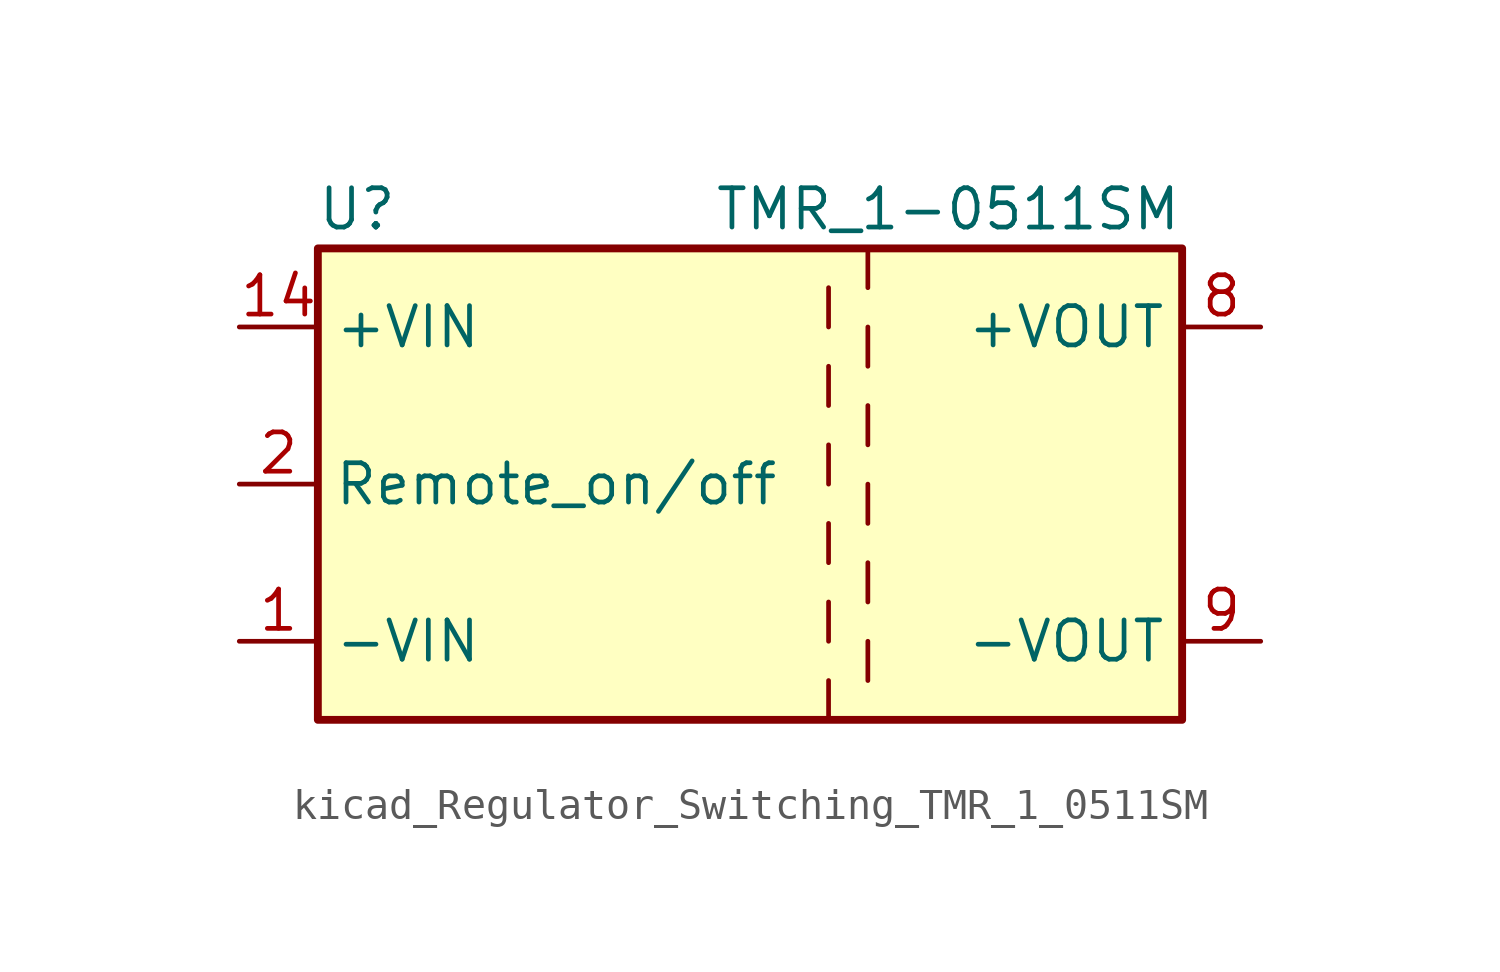
<source format=kicad_sym>
(kicad_symbol_lib
  (version 20220914)
  (generator kicad_symbol_editor)
  (symbol "kicad_Regulator_Switching_TMR_1_0511SM"
    (property "Reference" "U"
      (at -16.51 8.89 0)
      (effects (font (size 1.27 1.27))))
    (property "Value" "TMR_1-0511SM"
      (at 10.16 8.89 0)
      (effects (font (size 1.27 1.27)) (justify right)))
    (symbol "kicad_Regulator_Switching_TMR_1_0511SM_0_1"
      (rectangle (start -17.78 7.62) (end 10.16 -7.62) (stroke (width 0.254) (type default)) (fill (type background)))
      (polyline (pts (xy -1.27 -6.35) (xy -1.27 -7.62)) (stroke (width 0) (type default)) (fill (type none)))
      (polyline (pts (xy -1.27 -3.81) (xy -1.27 -5.08)) (stroke (width 0) (type default)) (fill (type none)))
      (polyline (pts (xy -1.27 -1.27) (xy -1.27 -2.54)) (stroke (width 0) (type default)) (fill (type none)))
      (polyline (pts (xy -1.27 1.27) (xy -1.27 0)) (stroke (width 0) (type default)) (fill (type none)))
      (polyline (pts (xy -1.27 3.81) (xy -1.27 2.54)) (stroke (width 0) (type default)) (fill (type none)))
      (polyline (pts (xy -1.27 6.35) (xy -1.27 5.08)) (stroke (width 0) (type default)) (fill (type none)))
      (polyline (pts (xy 0 -5.08) (xy 0 -6.35)) (stroke (width 0) (type default)) (fill (type none)))
      (polyline (pts (xy 0 -2.54) (xy 0 -3.81)) (stroke (width 0) (type default)) (fill (type none)))
      (polyline (pts (xy 0 0) (xy 0 -1.27)) (stroke (width 0) (type default)) (fill (type none)))
      (polyline (pts (xy 0 2.54) (xy 0 1.27)) (stroke (width 0) (type default)) (fill (type none)))
      (polyline (pts (xy 0 5.08) (xy 0 3.81)) (stroke (width 0) (type default)) (fill (type none)))
      (polyline (pts (xy 0 7.62) (xy 0 6.35)) (stroke (width 0) (type default)) (fill (type none))))
    (symbol "kicad_Regulator_Switching_TMR_1_0511SM_1_1"
      (pin power_in line (at -20.32 -5.08 0) (length 2.54) (name "-VIN" (effects (font (size 1.27 1.27)))) (number "1" (effects (font (size 1.27 1.27)))))
      (pin power_in line (at -20.32 5.08 0) (length 2.54) (name "+VIN" (effects (font (size 1.27 1.27)))) (number "14" (effects (font (size 1.27 1.27)))))
      (pin input line (at -20.32 0 0) (length 2.54) (name "Remote_on/off" (effects (font (size 1.27 1.27)))) (number "2" (effects (font (size 1.27 1.27)))))
      (pin no_connect line (at 10.16 2.54 180) (length 2.54) hide (name "NC" (effects (font (size 1.27 1.27)))) (number "6" (effects (font (size 1.27 1.27)))))
      (pin no_connect line (at 10.16 -2.54 180) (length 2.54) hide (name "NC" (effects (font (size 1.27 1.27)))) (number "7" (effects (font (size 1.27 1.27)))))
      (pin power_out line (at 12.7 5.08 180) (length 2.54) (name "+VOUT" (effects (font (size 1.27 1.27)))) (number "8" (effects (font (size 1.27 1.27)))))
      (pin power_out line (at 12.7 -5.08 180) (length 2.54) (name "-VOUT" (effects (font (size 1.27 1.27)))) (number "9" (effects (font (size 1.27 1.27))))))))
</source>
